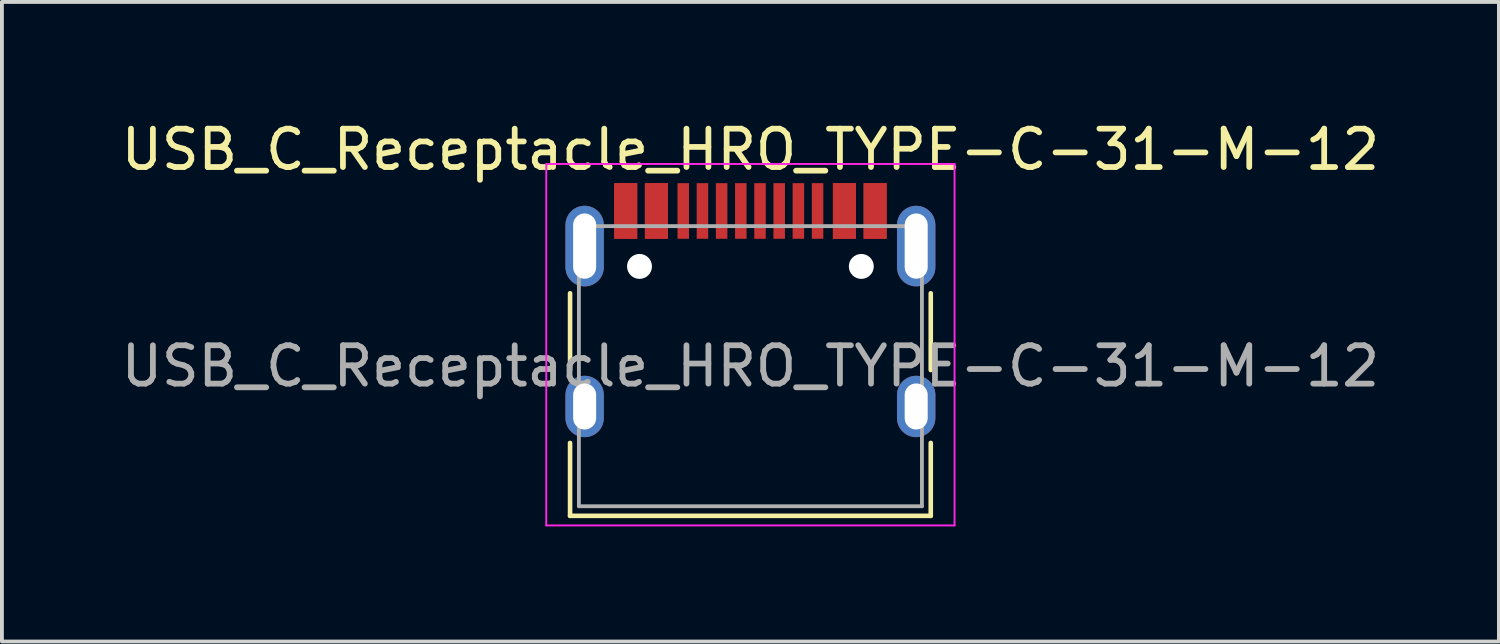
<source format=kicad_pcb>
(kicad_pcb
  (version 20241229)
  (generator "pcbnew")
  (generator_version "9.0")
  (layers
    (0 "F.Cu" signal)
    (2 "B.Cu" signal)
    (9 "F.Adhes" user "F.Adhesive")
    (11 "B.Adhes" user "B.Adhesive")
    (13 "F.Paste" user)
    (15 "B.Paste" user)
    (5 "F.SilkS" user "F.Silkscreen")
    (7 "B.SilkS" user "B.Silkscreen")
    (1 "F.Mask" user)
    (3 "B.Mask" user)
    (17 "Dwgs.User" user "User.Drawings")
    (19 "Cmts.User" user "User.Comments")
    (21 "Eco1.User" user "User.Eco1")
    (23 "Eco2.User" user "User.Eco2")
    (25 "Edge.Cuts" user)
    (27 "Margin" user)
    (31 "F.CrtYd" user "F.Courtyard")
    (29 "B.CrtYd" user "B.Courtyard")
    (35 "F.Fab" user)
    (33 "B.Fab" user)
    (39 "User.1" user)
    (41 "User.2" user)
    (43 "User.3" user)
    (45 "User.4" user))
  (footprint "USB_C_Receptacle_HRO_TYPE-C-31-M-12"
    (layer "F.Cu")
    (at 16.506 6.493)
    (property "Reference" "USB_C_Receptacle_HRO_TYPE-C-31-M-12" (at 0 -5.645 0) (layer "F.SilkS") (effects (font (size 1 1) (thickness 0.15))))
    (attr smd)
    (fp_line (start -4.7 -1.9) (end -4.7 0.1) (stroke (width 0.12) (type solid)) (layer "F.SilkS"))
    (fp_line (start -4.7 2) (end -4.7 3.9) (stroke (width 0.12) (type solid)) (layer "F.SilkS"))
    (fp_line (start -4.7 3.9) (end 4.7 3.9) (stroke (width 0.12) (type solid)) (layer "F.SilkS"))
    (fp_line (start 4.7 -1.9) (end 4.7 0.1) (stroke (width 0.12) (type solid)) (layer "F.SilkS"))
    (fp_line (start 4.7 2) (end 4.7 3.9) (stroke (width 0.12) (type solid)) (layer "F.SilkS"))
    (fp_line (start -5.32 -5.27) (end -5.32 4.15) (stroke (width 0.05) (type solid)) (layer "F.CrtYd"))
    (fp_line (start -5.32 -5.27) (end 5.32 -5.27) (stroke (width 0.05) (type solid)) (layer "F.CrtYd"))
    (fp_line (start -5.32 4.15) (end 5.32 4.15) (stroke (width 0.05) (type solid)) (layer "F.CrtYd"))
    (fp_line (start 5.32 -5.27) (end 5.32 4.15) (stroke (width 0.05) (type solid)) (layer "F.CrtYd"))
    (fp_line (start -4.47 -3.65) (end -4.47 3.65) (stroke (width 0.1) (type solid)) (layer "F.Fab"))
    (fp_line (start -4.47 -3.65) (end 4.47 -3.65) (stroke (width 0.1) (type solid)) (layer "F.Fab"))
    (fp_line (start -4.47 3.65) (end 4.47 3.65) (stroke (width 0.1) (type solid)) (layer "F.Fab"))
    (fp_line (start 4.47 -3.65) (end 4.47 3.65) (stroke (width 0.1) (type solid)) (layer "F.Fab"))
    (fp_text user "${REFERENCE}" (at 0 0 0) (layer "F.Fab") (effects (font (size 1 1) (thickness 0.15))))
    (pad "" smd rect (at -4.82 -3.13) (size 1 2.1) (layers "F.Paste"))
    (pad "" smd rect (at -4.82 1.05) (size 1 1.6) (layers "F.Paste"))
    (pad "" smd oval (at -4.32 -3.13) (size 1 2.1) (layers "F.Paste"))
    (pad "" smd oval (at -4.32 1.05) (size 1 1.6) (layers "F.Paste"))
    (pad "" np_thru_hole circle (at -2.89 -2.6) (size 0.65 0.65) (drill 0.65) (layers "*.Cu" "*.Mask"))
    (pad "" np_thru_hole circle (at 2.89 -2.6) (size 0.65 0.65) (drill 0.65) (layers "*.Cu" "*.Mask"))
    (pad "" smd oval (at 4.32 -3.13) (size 1 2.1) (layers "F.Paste"))
    (pad "" smd oval (at 4.32 1.05) (size 1 1.6) (layers "F.Paste"))
    (pad "" smd rect (at 4.82 -3.13) (size 1 2.1) (layers "F.Paste"))
    (pad "" smd rect (at 4.82 1.05) (size 1 1.6) (layers "F.Paste"))
    (pad "A1" smd rect (at -3.25 -4.045) (size 0.6 1.45) (layers "F.Cu" "F.Mask" "F.Paste"))
    (pad "A4" smd rect (at -2.45 -4.045) (size 0.6 1.45) (layers "F.Cu" "F.Mask" "F.Paste"))
    (pad "A5" smd rect (at -1.25 -4.045) (size 0.3 1.45) (layers "F.Cu" "F.Mask" "F.Paste"))
    (pad "A6" smd rect (at -0.25 -4.045) (size 0.3 1.45) (layers "F.Cu" "F.Mask" "F.Paste"))
    (pad "A7" smd rect (at 0.25 -4.045) (size 0.3 1.45) (layers "F.Cu" "F.Mask" "F.Paste"))
    (pad "A8" smd rect (at 1.25 -4.045) (size 0.3 1.45) (layers "F.Cu" "F.Mask" "F.Paste"))
    (pad "A9" smd rect (at 2.45 -4.045) (size 0.6 1.45) (layers "F.Cu" "F.Mask" "F.Paste"))
    (pad "A12" smd rect (at 3.25 -4.045) (size 0.6 1.45) (layers "F.Cu" "F.Mask" "F.Paste"))
    (pad "B1" smd rect (at 3.25 -4.045) (size 0.6 1.45) (layers "F.Cu" "F.Mask" "F.Paste"))
    (pad "B4" smd rect (at 2.45 -4.045) (size 0.6 1.45) (layers "F.Cu" "F.Mask" "F.Paste"))
    (pad "B5" smd rect (at 1.75 -4.045) (size 0.3 1.45) (layers "F.Cu" "F.Mask" "F.Paste"))
    (pad "B6" smd rect (at 0.75 -4.045) (size 0.3 1.45) (layers "F.Cu" "F.Mask" "F.Paste"))
    (pad "B7" smd rect (at -0.75 -4.045) (size 0.3 1.45) (layers "F.Cu" "F.Mask" "F.Paste"))
    (pad "B8" smd rect (at -1.75 -4.045) (size 0.3 1.45) (layers "F.Cu" "F.Mask" "F.Paste"))
    (pad "B9" smd rect (at -2.45 -4.045) (size 0.6 1.45) (layers "F.Cu" "F.Mask" "F.Paste"))
    (pad "B12" smd rect (at -3.25 -4.045) (size 0.6 1.45) (layers "F.Cu" "F.Mask" "F.Paste"))
    (pad "S1" thru_hole oval (at -4.32 -3.13) (size 1 2.1) (drill oval 0.6 1.7) (layers "*.Cu" "*.Mask"))
    (pad "S1" thru_hole oval (at -4.32 1.05) (size 1 1.6) (drill oval 0.6 1.2) (layers "*.Cu" "*.Mask"))
    (pad "S1" thru_hole oval (at 4.32 -3.13) (size 1 2.1) (drill oval 0.6 1.7) (layers "*.Cu" "*.Mask"))
    (pad "S1" thru_hole oval (at 4.32 1.05) (size 1 1.6) (drill oval 0.6 1.2) (layers "*.Cu" "*.Mask")))
  (gr_rect
    (start -3 -3)
    (end 36.012 13.668)
    (stroke (width 0.1) (type default))
    (fill no)
    (layer "Edge.Cuts")))
</source>
